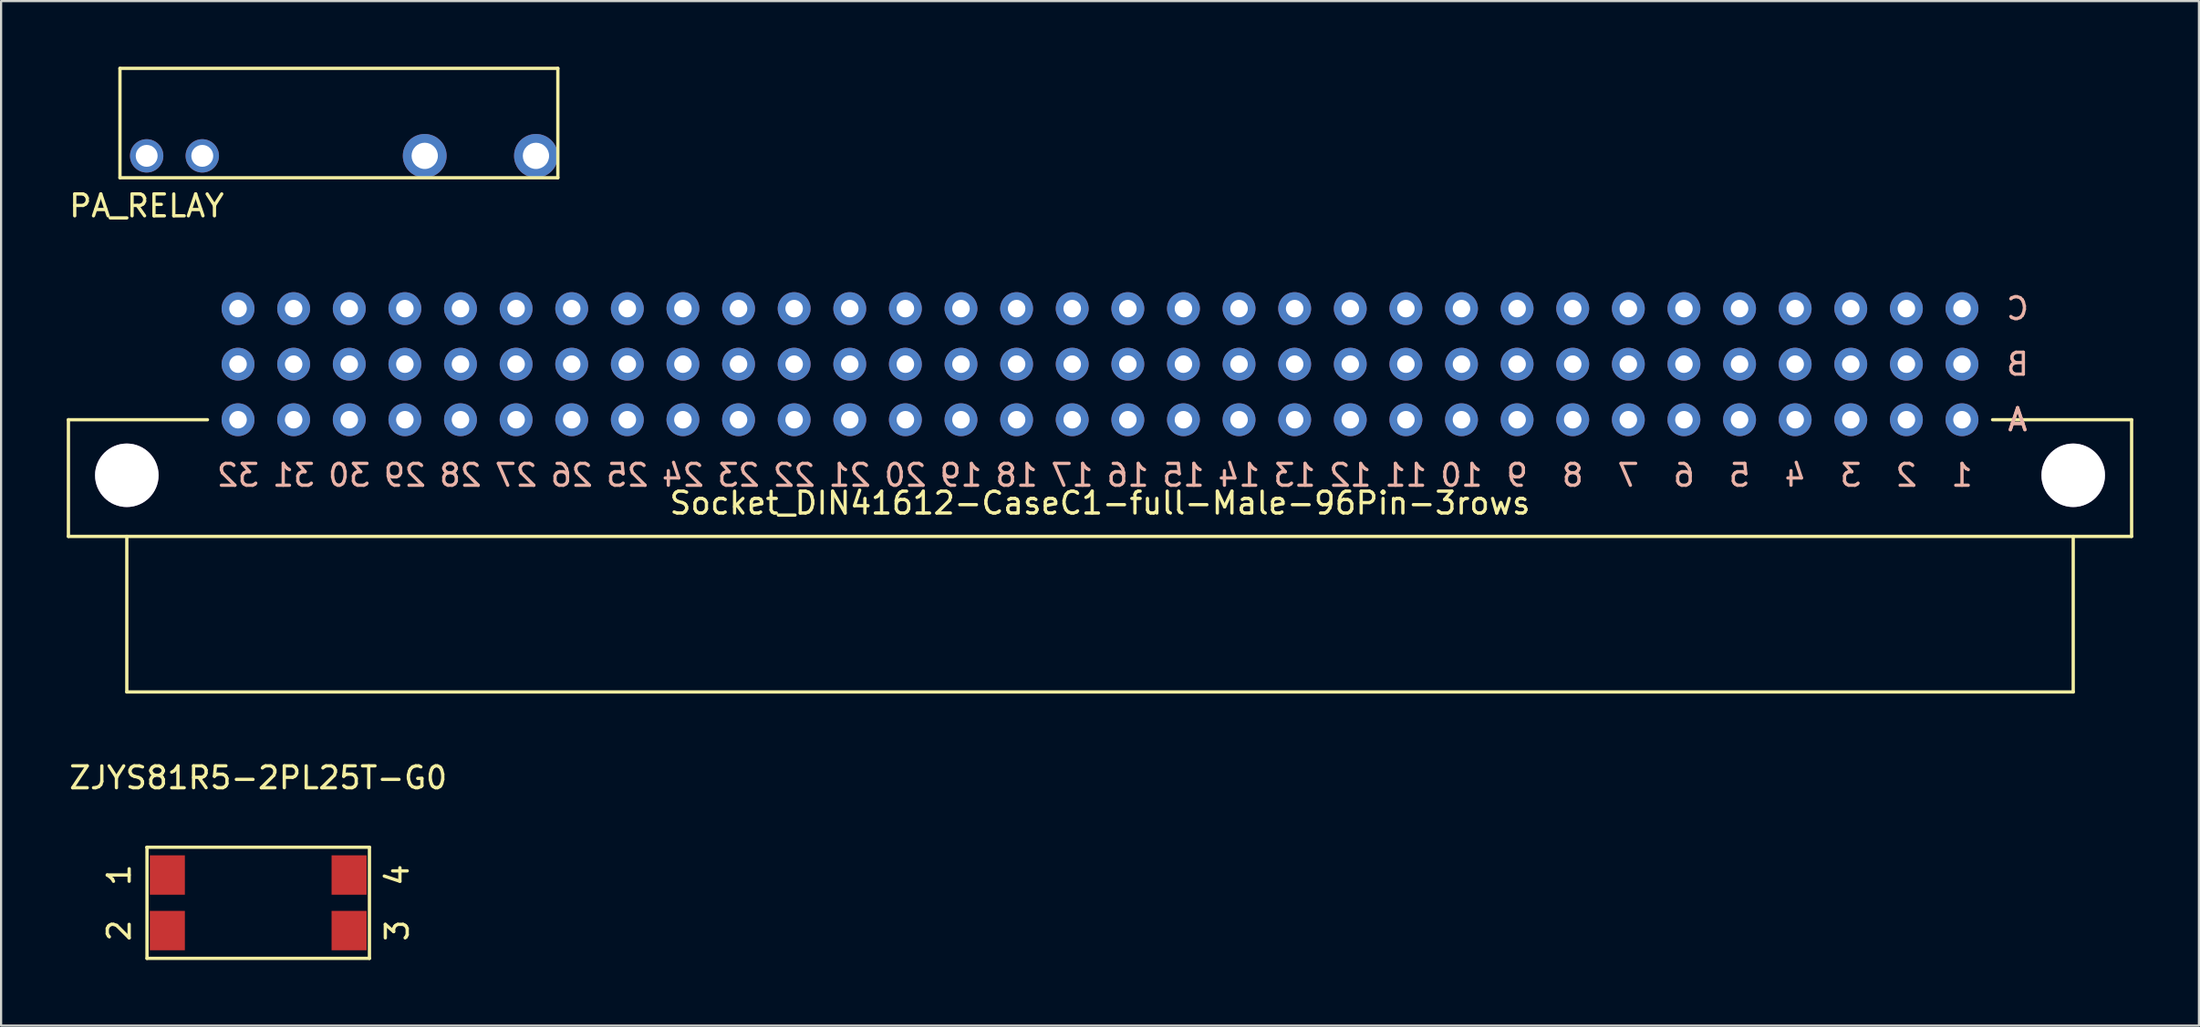
<source format=kicad_pcb>
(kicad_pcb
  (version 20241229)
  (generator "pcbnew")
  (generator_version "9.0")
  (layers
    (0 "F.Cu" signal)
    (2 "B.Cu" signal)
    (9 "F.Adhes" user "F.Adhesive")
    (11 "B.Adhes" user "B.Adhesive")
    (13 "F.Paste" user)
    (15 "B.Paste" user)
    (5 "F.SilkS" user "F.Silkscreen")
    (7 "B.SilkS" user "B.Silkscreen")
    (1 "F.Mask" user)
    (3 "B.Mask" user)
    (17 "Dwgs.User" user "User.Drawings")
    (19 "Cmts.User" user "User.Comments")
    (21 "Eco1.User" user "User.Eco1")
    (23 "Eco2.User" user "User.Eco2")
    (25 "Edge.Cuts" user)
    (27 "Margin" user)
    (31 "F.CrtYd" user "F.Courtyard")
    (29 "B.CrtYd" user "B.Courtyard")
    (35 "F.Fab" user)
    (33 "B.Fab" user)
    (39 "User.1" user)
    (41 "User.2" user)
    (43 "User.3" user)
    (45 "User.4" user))
  (footprint "PA_RELAY"
    (layer "F.Cu")
    (at 3.649 4.075)
    (property "Reference" "PA_RELAY" (at 0 2.286 0) (layer "F.SilkS") (effects (font (size 1 1) (thickness 0.15))))
    (attr through_hole)
    (fp_line (start -1.22 -4) (end 18.78 -4) (stroke (width 0.15) (type solid)) (layer "F.SilkS"))
    (fp_line (start -1.22 1) (end -1.22 -4) (stroke (width 0.15) (type solid)) (layer "F.SilkS"))
    (fp_line (start 18.78 -4) (end 18.78 1) (stroke (width 0.15) (type solid)) (layer "F.SilkS"))
    (fp_line (start 18.78 1) (end -1.22 1) (stroke (width 0.15) (type solid)) (layer "F.SilkS"))
    (pad "1" thru_hole circle (at 0 0) (size 1.524 1.524) (drill 1) (layers "*.Cu" "*.Mask"))
    (pad "2" thru_hole circle (at 2.54 0) (size 1.524 1.524) (drill 1) (layers "*.Cu" "*.Mask"))
    (pad "2" thru_hole circle (at 12.7 0) (size 2 2) (drill 1.2) (layers "*.Cu" "*.Mask"))
    (pad "2" thru_hole circle (at 17.78 0) (size 2 2) (drill 1.2) (layers "*.Cu" "*.Mask")))
  (footprint "ZJYS81R5-2PL25T-G0"
    (layer "F.Cu")
    (at 8.744 38.222)
    (property "Reference" "ZJYS81R5-2PL25T-G0" (at 0 -5.715 0) (layer "F.SilkS") (effects (font (size 1 1) (thickness 0.15))))
    (attr through_hole)
    (fp_line (start -5.08 -2.54) (end -5.08 -2.54) (stroke (width 0.15) (type solid)) (layer "F.SilkS"))
    (fp_line (start -5.08 -2.54) (end -5.08 2.54) (stroke (width 0.15) (type solid)) (layer "F.SilkS"))
    (fp_line (start -5.08 2.54) (end 5.08 2.54) (stroke (width 0.15) (type solid)) (layer "F.SilkS"))
    (fp_line (start 5.08 -2.54) (end -5.08 -2.54) (stroke (width 0.15) (type solid)) (layer "F.SilkS"))
    (fp_line (start 5.08 2.54) (end 5.08 -2.54) (stroke (width 0.15) (type solid)) (layer "F.SilkS"))
    (fp_text user "2" (at -6.35 1.27 90) (layer "F.SilkS") (effects (font (size 1 1) (thickness 0.15))))
    (fp_text user "3" (at 6.35 1.27 90) (layer "F.SilkS") (effects (font (size 1 1) (thickness 0.15))))
    (fp_text user "1" (at -6.35 -1.27 90) (layer "F.SilkS") (effects (font (size 1 1) (thickness 0.15))))
    (fp_text user "4" (at 6.35 -1.27 90) (layer "F.SilkS") (effects (font (size 1 1) (thickness 0.15))))
    (pad "1" smd rect (at -4.15 -1.27) (size 1.6 1.8) (layers "F.Cu" "F.Mask" "F.Paste"))
    (pad "2" smd rect (at -4.15 1.27) (size 1.6 1.8) (layers "F.Cu" "F.Mask" "F.Paste"))
    (pad "3" smd rect (at 4.15 1.27) (size 1.6 1.8) (layers "F.Cu" "F.Mask" "F.Paste"))
    (pad "4" smd rect (at 4.15 -1.27) (size 1.6 1.8) (layers "F.Cu" "F.Mask" "F.Paste")))
  (footprint "Socket_DIN41612-CaseC1-full-Male-96Pin-3rows"
    (layer "F.Cu")
    (at 47.192 13.598)
    (property "Reference" "Socket_DIN41612-CaseC1-full-Male-96Pin-3rows" (at 0 6.35 0) (layer "F.SilkS") (effects (font (size 1 1) (thickness 0.15))))
    (attr through_hole)
    (fp_line (start -47.117 2.54) (end -40.767 2.54) (stroke (width 0.15) (type solid)) (layer "F.SilkS"))
    (fp_line (start -47.117 7.874) (end -47.117 2.54) (stroke (width 0.15) (type solid)) (layer "F.SilkS"))
    (fp_line (start -44.45 14.986) (end -44.45 7.874) (stroke (width 0.15) (type solid)) (layer "F.SilkS"))
    (fp_line (start 44.45 7.874) (end 44.45 14.986) (stroke (width 0.15) (type solid)) (layer "F.SilkS"))
    (fp_line (start 44.45 14.986) (end -44.45 14.986) (stroke (width 0.15) (type solid)) (layer "F.SilkS"))
    (fp_line (start 47.117 2.54) (end 40.767 2.54) (stroke (width 0.15) (type solid)) (layer "F.SilkS"))
    (fp_line (start 47.117 2.54) (end 47.117 7.874) (stroke (width 0.15) (type solid)) (layer "F.SilkS"))
    (fp_line (start 47.117 7.874) (end -47.117 7.874) (stroke (width 0.15) (type solid)) (layer "F.SilkS"))
    (fp_text user "6" (at 26.67 5.08 0) (layer "B.SilkS") (effects (font (size 1 1) (thickness 0.15)) (justify mirror)))
    (fp_text user "15" (at 3.81 5.08 0) (layer "B.SilkS") (effects (font (size 1 1) (thickness 0.15)) (justify mirror)))
    (fp_text user "26" (at -24.13 5.08 0) (layer "B.SilkS") (effects (font (size 1 1) (thickness 0.15)) (justify mirror)))
    (fp_text user "3" (at 34.29 5.08 0) (layer "B.SilkS") (effects (font (size 1 1) (thickness 0.15)) (justify mirror)))
    (fp_text user "30" (at -34.29 5.08 0) (layer "B.SilkS") (effects (font (size 1 1) (thickness 0.15)) (justify mirror)))
    (fp_text user "1" (at 39.37 5.08 0) (layer "B.SilkS") (effects (font (size 1 1) (thickness 0.15)) (justify mirror)))
    (fp_text user "24" (at -19.05 5.08 0) (layer "B.SilkS") (effects (font (size 1 1) (thickness 0.15)) (justify mirror)))
    (fp_text user "4" (at 31.75 5.08 0) (layer "B.SilkS") (effects (font (size 1 1) (thickness 0.15)) (justify mirror)))
    (fp_text user "27" (at -26.67 5.08 0) (layer "B.SilkS") (effects (font (size 1 1) (thickness 0.15)) (justify mirror)))
    (fp_text user "29" (at -31.75 5.08 0) (layer "B.SilkS") (effects (font (size 1 1) (thickness 0.15)) (justify mirror)))
    (fp_text user "21" (at -11.43 5.08 0) (layer "B.SilkS") (effects (font (size 1 1) (thickness 0.15)) (justify mirror)))
    (fp_text user "C" (at 41.91 -2.54 0) (layer "B.SilkS") (effects (font (size 1 1) (thickness 0.15)) (justify mirror)))
    (fp_text user "22" (at -13.97 5.08 0) (layer "B.SilkS") (effects (font (size 1 1) (thickness 0.15)) (justify mirror)))
    (fp_text user "17" (at -1.27 5.08 0) (layer "B.SilkS") (effects (font (size 1 1) (thickness 0.15)) (justify mirror)))
    (fp_text user "25" (at -21.59 5.08 0) (layer "B.SilkS") (effects (font (size 1 1) (thickness 0.15)) (justify mirror)))
    (fp_text user "23" (at -16.51 5.08 0) (layer "B.SilkS") (effects (font (size 1 1) (thickness 0.15)) (justify mirror)))
    (fp_text user "7" (at 24.13 5.08 0) (layer "B.SilkS") (effects (font (size 1 1) (thickness 0.15)) (justify mirror)))
    (fp_text user "10" (at 16.51 5.08 0) (layer "B.SilkS") (effects (font (size 1 1) (thickness 0.15)) (justify mirror)))
    (fp_text user "31" (at -36.83 5.08 0) (layer "B.SilkS") (effects (font (size 1 1) (thickness 0.15)) (justify mirror)))
    (fp_text user "19" (at -6.35 5.08 0) (layer "B.SilkS") (effects (font (size 1 1) (thickness 0.15)) (justify mirror)))
    (fp_text user "18" (at -3.81 5.08 0) (layer "B.SilkS") (effects (font (size 1 1) (thickness 0.15)) (justify mirror)))
    (fp_text user "20" (at -8.89 5.08 0) (layer "B.SilkS") (effects (font (size 1 1) (thickness 0.15)) (justify mirror)))
    (fp_text user "28" (at -29.21 5.08 0) (layer "B.SilkS") (effects (font (size 1 1) (thickness 0.15)) (justify mirror)))
    (fp_text user "5" (at 29.21 5.08 0) (layer "B.SilkS") (effects (font (size 1 1) (thickness 0.15)) (justify mirror)))
    (fp_text user "14" (at 6.35 5.08 0) (layer "B.SilkS") (effects (font (size 1 1) (thickness 0.15)) (justify mirror)))
    (fp_text user "12" (at 11.43 5.08 0) (layer "B.SilkS") (effects (font (size 1 1) (thickness 0.15)) (justify mirror)))
    (fp_text user "16" (at 1.27 5.08 0) (layer "B.SilkS") (effects (font (size 1 1) (thickness 0.15)) (justify mirror)))
    (fp_text user "A" (at 41.91 2.54 0) (layer "B.SilkS") (effects (font (size 1 1) (thickness 0.15)) (justify mirror)))
    (fp_text user "B" (at 41.91 0 0) (layer "B.SilkS") (effects (font (size 1 1) (thickness 0.15)) (justify mirror)))
    (fp_text user "A" (at 41.91 2.54 0) (layer "B.SilkS") (effects (font (size 1 1) (thickness 0.15)) (justify mirror)))
    (fp_text user "9" (at 19.05 5.08 0) (layer "B.SilkS") (effects (font (size 1 1) (thickness 0.15)) (justify mirror)))
    (fp_text user "13" (at 8.89 5.08 0) (layer "B.SilkS") (effects (font (size 1 1) (thickness 0.15)) (justify mirror)))
    (fp_text user "32" (at -39.37 5.08 0) (layer "B.SilkS") (effects (font (size 1 1) (thickness 0.15)) (justify mirror)))
    (fp_text user "11" (at 13.97 5.08 0) (layer "B.SilkS") (effects (font (size 1 1) (thickness 0.15)) (justify mirror)))
    (fp_text user "2" (at 36.83 5.08 0) (layer "B.SilkS") (effects (font (size 1 1) (thickness 0.15)) (justify mirror)))
    (fp_text user "8" (at 21.59 5.08 0) (layer "B.SilkS") (effects (font (size 1 1) (thickness 0.15)) (justify mirror)))
    (pad "1" thru_hole circle (at -44.45 5.08) (size 2.901 2.901) (drill 2.901) (layers "*.Cu" "*.Mask"))
    (pad "1" thru_hole circle (at 44.45 5.08) (size 2.901 2.901) (drill 2.901) (layers "*.Cu" "*.Mask"))
    (pad "1a" thru_hole circle (at 39.37 2.54 180) (size 1.501 1.501) (drill 0.8) (layers "*.Cu" "*.Mask"))
    (pad "1b" thru_hole circle (at 39.37 0 180) (size 1.501 1.501) (drill 0.8) (layers "*.Cu" "*.Mask"))
    (pad "1c" thru_hole circle (at 39.37 -2.54 180) (size 1.501 1.501) (drill 0.8) (layers "*.Cu" "*.Mask"))
    (pad "2a" thru_hole circle (at 36.83 2.54 180) (size 1.501 1.501) (drill 0.8) (layers "*.Cu" "*.Mask"))
    (pad "2b" thru_hole circle (at 36.83 0 180) (size 1.501 1.501) (drill 0.8) (layers "*.Cu" "*.Mask"))
    (pad "2c" thru_hole circle (at 36.83 -2.54 180) (size 1.501 1.501) (drill 0.8) (layers "*.Cu" "*.Mask"))
    (pad "3a" thru_hole circle (at 34.29 2.54 180) (size 1.501 1.501) (drill 0.8) (layers "*.Cu" "*.Mask"))
    (pad "3b" thru_hole circle (at 34.29 0 180) (size 1.501 1.501) (drill 0.8) (layers "*.Cu" "*.Mask"))
    (pad "3c" thru_hole circle (at 34.29 -2.54 180) (size 1.501 1.501) (drill 0.8) (layers "*.Cu" "*.Mask"))
    (pad "4a" thru_hole circle (at 31.75 2.54 180) (size 1.501 1.501) (drill 0.8) (layers "*.Cu" "*.Mask"))
    (pad "4b" thru_hole circle (at 31.75 0 180) (size 1.501 1.501) (drill 0.8) (layers "*.Cu" "*.Mask"))
    (pad "4c" thru_hole circle (at 31.75 -2.54 180) (size 1.501 1.501) (drill 0.8) (layers "*.Cu" "*.Mask"))
    (pad "5a" thru_hole circle (at 29.21 2.54 180) (size 1.501 1.501) (drill 0.8) (layers "*.Cu" "*.Mask"))
    (pad "5b" thru_hole circle (at 29.21 0 180) (size 1.501 1.501) (drill 0.8) (layers "*.Cu" "*.Mask"))
    (pad "5c" thru_hole circle (at 29.21 -2.54 180) (size 1.501 1.501) (drill 0.8) (layers "*.Cu" "*.Mask"))
    (pad "6a" thru_hole circle (at 26.67 2.54 180) (size 1.501 1.501) (drill 0.8) (layers "*.Cu" "*.Mask"))
    (pad "6b" thru_hole circle (at 26.67 0 180) (size 1.501 1.501) (drill 0.8) (layers "*.Cu" "*.Mask"))
    (pad "6c" thru_hole circle (at 26.67 -2.54 180) (size 1.501 1.501) (drill 0.8) (layers "*.Cu" "*.Mask"))
    (pad "7a" thru_hole circle (at 24.13 2.54 180) (size 1.501 1.501) (drill 0.8) (layers "*.Cu" "*.Mask"))
    (pad "7b" thru_hole circle (at 24.13 0 180) (size 1.501 1.501) (drill 0.8) (layers "*.Cu" "*.Mask"))
    (pad "7c" thru_hole circle (at 24.13 -2.54 180) (size 1.501 1.501) (drill 0.8) (layers "*.Cu" "*.Mask"))
    (pad "8a" thru_hole circle (at 21.59 2.54 180) (size 1.501 1.501) (drill 0.8) (layers "*.Cu" "*.Mask"))
    (pad "8b" thru_hole circle (at 21.59 0 180) (size 1.501 1.501) (drill 0.8) (layers "*.Cu" "*.Mask"))
    (pad "8c" thru_hole circle (at 21.59 -2.54 180) (size 1.501 1.501) (drill 0.8) (layers "*.Cu" "*.Mask"))
    (pad "9a" thru_hole circle (at 19.05 2.54 180) (size 1.501 1.501) (drill 0.8) (layers "*.Cu" "*.Mask"))
    (pad "9b" thru_hole circle (at 19.05 0 180) (size 1.501 1.501) (drill 0.8) (layers "*.Cu" "*.Mask"))
    (pad "9c" thru_hole circle (at 19.05 -2.54 180) (size 1.501 1.501) (drill 0.8) (layers "*.Cu" "*.Mask"))
    (pad "10a" thru_hole circle (at 16.51 2.54 180) (size 1.501 1.501) (drill 0.8) (layers "*.Cu" "*.Mask"))
    (pad "10b" thru_hole circle (at 16.51 0 180) (size 1.501 1.501) (drill 0.8) (layers "*.Cu" "*.Mask"))
    (pad "10c" thru_hole circle (at 16.51 -2.54 180) (size 1.501 1.501) (drill 0.8) (layers "*.Cu" "*.Mask"))
    (pad "11a" thru_hole circle (at 13.97 2.54 180) (size 1.501 1.501) (drill 0.8) (layers "*.Cu" "*.Mask"))
    (pad "11b" thru_hole circle (at 13.97 0 180) (size 1.501 1.501) (drill 0.8) (layers "*.Cu" "*.Mask"))
    (pad "11c" thru_hole circle (at 13.97 -2.54 180) (size 1.501 1.501) (drill 0.8) (layers "*.Cu" "*.Mask"))
    (pad "12a" thru_hole circle (at 11.43 2.54 180) (size 1.501 1.501) (drill 0.8) (layers "*.Cu" "*.Mask"))
    (pad "12b" thru_hole circle (at 11.43 0 180) (size 1.501 1.501) (drill 0.8) (layers "*.Cu" "*.Mask"))
    (pad "12c" thru_hole circle (at 11.43 -2.54 180) (size 1.501 1.501) (drill 0.8) (layers "*.Cu" "*.Mask"))
    (pad "13a" thru_hole circle (at 8.89 2.54 180) (size 1.501 1.501) (drill 0.8) (layers "*.Cu" "*.Mask"))
    (pad "13b" thru_hole circle (at 8.89 0 180) (size 1.501 1.501) (drill 0.8) (layers "*.Cu" "*.Mask"))
    (pad "13c" thru_hole circle (at 8.89 -2.54 180) (size 1.501 1.501) (drill 0.8) (layers "*.Cu" "*.Mask"))
    (pad "14a" thru_hole circle (at 6.35 2.54 180) (size 1.501 1.501) (drill 0.8) (layers "*.Cu" "*.Mask"))
    (pad "14b" thru_hole circle (at 6.35 0 180) (size 1.501 1.501) (drill 0.8) (layers "*.Cu" "*.Mask"))
    (pad "14c" thru_hole circle (at 6.35 -2.54 180) (size 1.501 1.501) (drill 0.8) (layers "*.Cu" "*.Mask"))
    (pad "15a" thru_hole circle (at 3.81 2.54 180) (size 1.501 1.501) (drill 0.8) (layers "*.Cu" "*.Mask"))
    (pad "15b" thru_hole circle (at 3.81 0 180) (size 1.501 1.501) (drill 0.8) (layers "*.Cu" "*.Mask"))
    (pad "15c" thru_hole circle (at 3.81 -2.54 180) (size 1.501 1.501) (drill 0.8) (layers "*.Cu" "*.Mask"))
    (pad "16a" thru_hole circle (at 1.27 2.54 180) (size 1.501 1.501) (drill 0.8) (layers "*.Cu" "*.Mask"))
    (pad "16b" thru_hole circle (at 1.27 0 180) (size 1.501 1.501) (drill 0.8) (layers "*.Cu" "*.Mask"))
    (pad "16c" thru_hole circle (at 1.27 -2.54 180) (size 1.501 1.501) (drill 0.8) (layers "*.Cu" "*.Mask"))
    (pad "17a" thru_hole circle (at -1.27 2.54 180) (size 1.501 1.501) (drill 0.8) (layers "*.Cu" "*.Mask"))
    (pad "17b" thru_hole circle (at -1.27 0 180) (size 1.501 1.501) (drill 0.8) (layers "*.Cu" "*.Mask"))
    (pad "17c" thru_hole circle (at -1.27 -2.54 180) (size 1.501 1.501) (drill 0.8) (layers "*.Cu" "*.Mask"))
    (pad "18a" thru_hole circle (at -3.81 2.54 180) (size 1.501 1.501) (drill 0.8) (layers "*.Cu" "*.Mask"))
    (pad "18b" thru_hole circle (at -3.81 0 180) (size 1.501 1.501) (drill 0.8) (layers "*.Cu" "*.Mask"))
    (pad "18c" thru_hole circle (at -3.81 -2.54 180) (size 1.501 1.501) (drill 0.8) (layers "*.Cu" "*.Mask"))
    (pad "19a" thru_hole circle (at -6.35 2.54 180) (size 1.501 1.501) (drill 0.8) (layers "*.Cu" "*.Mask"))
    (pad "19b" thru_hole circle (at -6.35 0 180) (size 1.501 1.501) (drill 0.8) (layers "*.Cu" "*.Mask"))
    (pad "19c" thru_hole circle (at -6.35 -2.54 180) (size 1.501 1.501) (drill 0.8) (layers "*.Cu" "*.Mask"))
    (pad "20a" thru_hole circle (at -8.89 2.54 180) (size 1.501 1.501) (drill 0.8) (layers "*.Cu" "*.Mask"))
    (pad "20b" thru_hole circle (at -8.89 0 180) (size 1.501 1.501) (drill 0.8) (layers "*.Cu" "*.Mask"))
    (pad "20c" thru_hole circle (at -8.89 -2.54 180) (size 1.501 1.501) (drill 0.8) (layers "*.Cu" "*.Mask"))
    (pad "21a" thru_hole circle (at -11.43 2.54 180) (size 1.501 1.501) (drill 0.8) (layers "*.Cu" "*.Mask"))
    (pad "21b" thru_hole circle (at -11.43 0 180) (size 1.501 1.501) (drill 0.8) (layers "*.Cu" "*.Mask"))
    (pad "21c" thru_hole circle (at -11.43 -2.54 180) (size 1.501 1.501) (drill 0.8) (layers "*.Cu" "*.Mask"))
    (pad "22a" thru_hole circle (at -13.97 2.54 180) (size 1.501 1.501) (drill 0.8) (layers "*.Cu" "*.Mask"))
    (pad "22b" thru_hole circle (at -13.97 0 180) (size 1.501 1.501) (drill 0.8) (layers "*.Cu" "*.Mask"))
    (pad "22c" thru_hole circle (at -13.97 -2.54 180) (size 1.501 1.501) (drill 0.8) (layers "*.Cu" "*.Mask"))
    (pad "23a" thru_hole circle (at -16.51 2.54 180) (size 1.501 1.501) (drill 0.8) (layers "*.Cu" "*.Mask"))
    (pad "23b" thru_hole circle (at -16.51 0 180) (size 1.501 1.501) (drill 0.8) (layers "*.Cu" "*.Mask"))
    (pad "23c" thru_hole circle (at -16.51 -2.54 180) (size 1.501 1.501) (drill 0.8) (layers "*.Cu" "*.Mask"))
    (pad "24a" thru_hole circle (at -19.05 2.54 180) (size 1.501 1.501) (drill 0.8) (layers "*.Cu" "*.Mask"))
    (pad "24b" thru_hole circle (at -19.05 0 180) (size 1.501 1.501) (drill 0.8) (layers "*.Cu" "*.Mask"))
    (pad "24c" thru_hole circle (at -19.05 -2.54 180) (size 1.501 1.501) (drill 0.8) (layers "*.Cu" "*.Mask"))
    (pad "25a" thru_hole circle (at -21.59 2.54 180) (size 1.501 1.501) (drill 0.8) (layers "*.Cu" "*.Mask"))
    (pad "25b" thru_hole circle (at -21.59 0 180) (size 1.501 1.501) (drill 0.8) (layers "*.Cu" "*.Mask"))
    (pad "25c" thru_hole circle (at -21.59 -2.54 180) (size 1.501 1.501) (drill 0.8) (layers "*.Cu" "*.Mask"))
    (pad "26a" thru_hole circle (at -24.13 2.54 180) (size 1.501 1.501) (drill 0.8) (layers "*.Cu" "*.Mask"))
    (pad "26b" thru_hole circle (at -24.13 0 180) (size 1.501 1.501) (drill 0.8) (layers "*.Cu" "*.Mask"))
    (pad "26c" thru_hole circle (at -24.13 -2.54 180) (size 1.501 1.501) (drill 0.8) (layers "*.Cu" "*.Mask"))
    (pad "27a" thru_hole circle (at -26.67 2.54 180) (size 1.501 1.501) (drill 0.8) (layers "*.Cu" "*.Mask"))
    (pad "27b" thru_hole circle (at -26.67 0 180) (size 1.501 1.501) (drill 0.8) (layers "*.Cu" "*.Mask"))
    (pad "27c" thru_hole circle (at -26.67 -2.54 180) (size 1.501 1.501) (drill 0.8) (layers "*.Cu" "*.Mask"))
    (pad "28a" thru_hole circle (at -29.21 2.54 180) (size 1.501 1.501) (drill 0.8) (layers "*.Cu" "*.Mask"))
    (pad "28b" thru_hole circle (at -29.21 0 180) (size 1.501 1.501) (drill 0.8) (layers "*.Cu" "*.Mask"))
    (pad "28c" thru_hole circle (at -29.21 -2.54 180) (size 1.501 1.501) (drill 0.8) (layers "*.Cu" "*.Mask"))
    (pad "29a" thru_hole circle (at -31.75 2.54 180) (size 1.501 1.501) (drill 0.8) (layers "*.Cu" "*.Mask"))
    (pad "29b" thru_hole circle (at -31.75 0 180) (size 1.501 1.501) (drill 0.8) (layers "*.Cu" "*.Mask"))
    (pad "29c" thru_hole circle (at -31.75 -2.54 180) (size 1.501 1.501) (drill 0.8) (layers "*.Cu" "*.Mask"))
    (pad "30a" thru_hole circle (at -34.29 2.54 180) (size 1.501 1.501) (drill 0.8) (layers "*.Cu" "*.Mask"))
    (pad "30b" thru_hole circle (at -34.29 0 180) (size 1.501 1.501) (drill 0.8) (layers "*.Cu" "*.Mask"))
    (pad "30c" thru_hole circle (at -34.29 -2.54 180) (size 1.501 1.501) (drill 0.8) (layers "*.Cu" "*.Mask"))
    (pad "31a" thru_hole circle (at -36.83 2.54 180) (size 1.501 1.501) (drill 0.8) (layers "*.Cu" "*.Mask"))
    (pad "31b" thru_hole circle (at -36.83 0 180) (size 1.501 1.501) (drill 0.8) (layers "*.Cu" "*.Mask"))
    (pad "31c" thru_hole circle (at -36.83 -2.54 180) (size 1.501 1.501) (drill 0.8) (layers "*.Cu" "*.Mask"))
    (pad "32a" thru_hole circle (at -39.37 2.54 180) (size 1.501 1.501) (drill 0.8) (layers "*.Cu" "*.Mask"))
    (pad "32b" thru_hole circle (at -39.37 0 180) (size 1.501 1.501) (drill 0.8) (layers "*.Cu" "*.Mask"))
    (pad "32c" thru_hole circle (at -39.37 -2.54 180) (size 1.501 1.501) (drill 0.8) (layers "*.Cu" "*.Mask")))
  (gr_rect
    (start -3 -3)
    (end 97.384 43.837)
    (stroke (width 0.1) (type default))
    (fill no)
    (layer "Edge.Cuts")))
</source>
